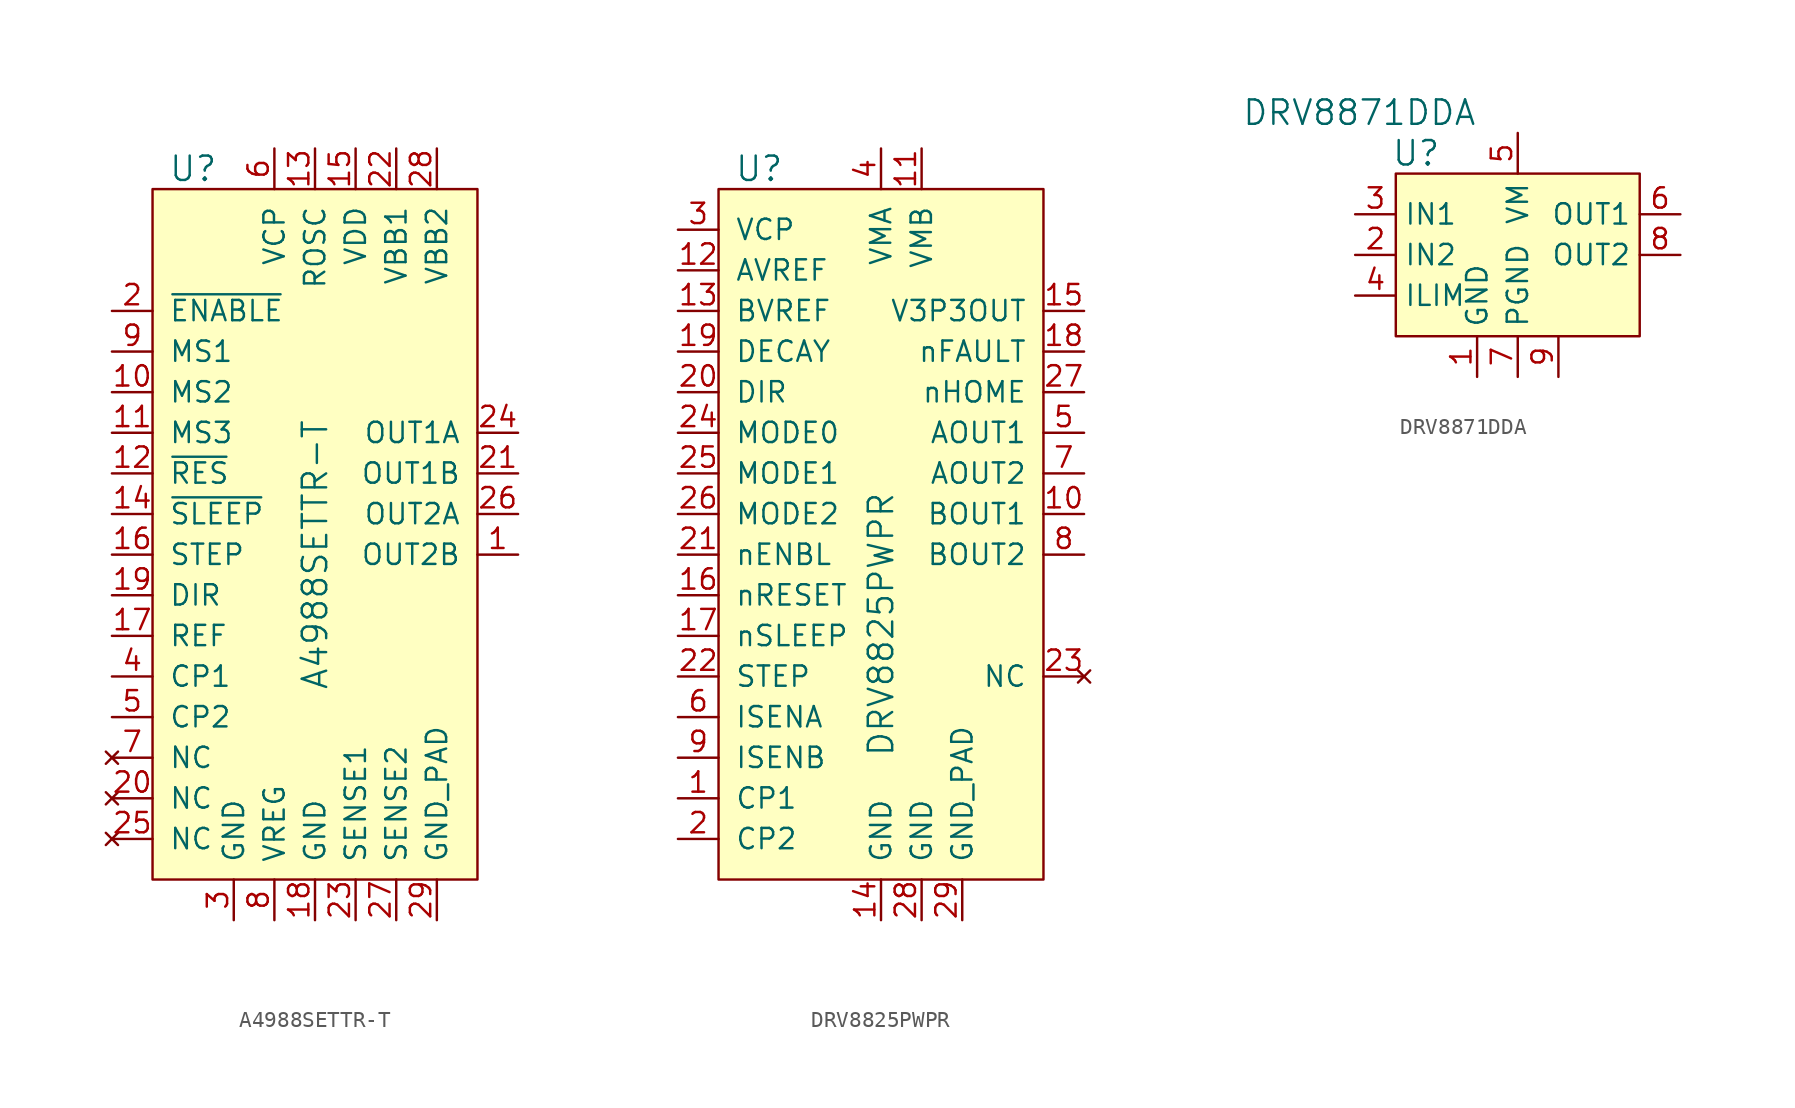
<source format=kicad_sym>
(kicad_symbol_lib
  (version 20211014)
  (generator kicad_symbol_editor)
  (symbol "A4988SETTR-T"
    (pin_names
      (offset 1.016))
    (property "Reference" "U"
      (at -7.62 21.59 0)
      (effects (font (size 1.524 1.524))))
    (property "Value" "A4988SETTR-T"
      (at 0 -2.54 90)
      (effects (font (size 1.524 1.524))))
    (symbol "A4988SETTR-T_0_1"
      (rectangle (start -10.16 20.32) (end 10.16 -22.86) (stroke (width 0) (type default) (color 0 0 0 0)) (fill (type background))))
    (symbol "A4988SETTR-T_1_1"
      (pin output line (at 12.7 -2.54 180) (length 2.54) (name "OUT2B" (effects (font (size 1.27 1.27)))) (number "1" (effects (font (size 1.27 1.27)))))
      (pin input line (at -12.7 7.62 0) (length 2.54) (name "MS2" (effects (font (size 1.27 1.27)))) (number "10" (effects (font (size 1.27 1.27)))))
      (pin input line (at -12.7 5.08 0) (length 2.54) (name "MS3" (effects (font (size 1.27 1.27)))) (number "11" (effects (font (size 1.27 1.27)))))
      (pin input line (at -12.7 2.54 0) (length 2.54) (name "~{RES}" (effects (font (size 1.27 1.27)))) (number "12" (effects (font (size 1.27 1.27)))))
      (pin power_in line (at 0 22.86 270) (length 2.54) (name "ROSC" (effects (font (size 1.27 1.27)))) (number "13" (effects (font (size 1.27 1.27)))))
      (pin input line (at -12.7 0 0) (length 2.54) (name "~{SLEEP}" (effects (font (size 1.27 1.27)))) (number "14" (effects (font (size 1.27 1.27)))))
      (pin power_in line (at 2.54 22.86 270) (length 2.54) (name "VDD" (effects (font (size 1.27 1.27)))) (number "15" (effects (font (size 1.27 1.27)))))
      (pin input line (at -12.7 -2.54 0) (length 2.54) (name "STEP" (effects (font (size 1.27 1.27)))) (number "16" (effects (font (size 1.27 1.27)))))
      (pin input line (at -12.7 -7.62 0) (length 2.54) (name "REF" (effects (font (size 1.27 1.27)))) (number "17" (effects (font (size 1.27 1.27)))))
      (pin power_in line (at 0 -25.4 90) (length 2.54) (name "GND" (effects (font (size 1.27 1.27)))) (number "18" (effects (font (size 1.27 1.27)))))
      (pin input line (at -12.7 -5.08 0) (length 2.54) (name "DIR" (effects (font (size 1.27 1.27)))) (number "19" (effects (font (size 1.27 1.27)))))
      (pin input line (at -12.7 12.7 0) (length 2.54) (name "~{ENABLE}" (effects (font (size 1.27 1.27)))) (number "2" (effects (font (size 1.27 1.27)))))
      (pin no_connect line (at -12.7 -17.78 0) (length 2.54) (name "NC" (effects (font (size 1.27 1.27)))) (number "20" (effects (font (size 1.27 1.27)))))
      (pin output line (at 12.7 2.54 180) (length 2.54) (name "OUT1B" (effects (font (size 1.27 1.27)))) (number "21" (effects (font (size 1.27 1.27)))))
      (pin power_in line (at 5.08 22.86 270) (length 2.54) (name "VBB1" (effects (font (size 1.27 1.27)))) (number "22" (effects (font (size 1.27 1.27)))))
      (pin power_in line (at 2.54 -25.4 90) (length 2.54) (name "SENSE1" (effects (font (size 1.27 1.27)))) (number "23" (effects (font (size 1.27 1.27)))))
      (pin output line (at 12.7 5.08 180) (length 2.54) (name "OUT1A" (effects (font (size 1.27 1.27)))) (number "24" (effects (font (size 1.27 1.27)))))
      (pin no_connect line (at -12.7 -20.32 0) (length 2.54) (name "NC" (effects (font (size 1.27 1.27)))) (number "25" (effects (font (size 1.27 1.27)))))
      (pin output line (at 12.7 0 180) (length 2.54) (name "OUT2A" (effects (font (size 1.27 1.27)))) (number "26" (effects (font (size 1.27 1.27)))))
      (pin power_in line (at 5.08 -25.4 90) (length 2.54) (name "SENSE2" (effects (font (size 1.27 1.27)))) (number "27" (effects (font (size 1.27 1.27)))))
      (pin power_in line (at 7.62 22.86 270) (length 2.54) (name "VBB2" (effects (font (size 1.27 1.27)))) (number "28" (effects (font (size 1.27 1.27)))))
      (pin power_in line (at 7.62 -25.4 90) (length 2.54) (name "GND_PAD" (effects (font (size 1.27 1.27)))) (number "29" (effects (font (size 1.27 1.27)))))
      (pin power_in line (at -5.08 -25.4 90) (length 2.54) (name "GND" (effects (font (size 1.27 1.27)))) (number "3" (effects (font (size 1.27 1.27)))))
      (pin passive line (at -12.7 -10.16 0) (length 2.54) (name "CP1" (effects (font (size 1.27 1.27)))) (number "4" (effects (font (size 1.27 1.27)))))
      (pin passive line (at -12.7 -12.7 0) (length 2.54) (name "CP2" (effects (font (size 1.27 1.27)))) (number "5" (effects (font (size 1.27 1.27)))))
      (pin power_in line (at -2.54 22.86 270) (length 2.54) (name "VCP" (effects (font (size 1.27 1.27)))) (number "6" (effects (font (size 1.27 1.27)))))
      (pin no_connect line (at -12.7 -15.24 0) (length 2.54) (name "NC" (effects (font (size 1.27 1.27)))) (number "7" (effects (font (size 1.27 1.27)))))
      (pin power_in line (at -2.54 -25.4 90) (length 2.54) (name "VREG" (effects (font (size 1.27 1.27)))) (number "8" (effects (font (size 1.27 1.27)))))
      (pin input line (at -12.7 10.16 0) (length 2.54) (name "MS1" (effects (font (size 1.27 1.27)))) (number "9" (effects (font (size 1.27 1.27)))))))
  (symbol "DRV8825PWPR"
    (pin_names
      (offset 1.016))
    (property "Reference" "U"
      (at -5.08 16.51 0)
      (effects (font (size 1.524 1.524))))
    (property "Value" "DRV8825PWPR"
      (at 2.54 -20.32 90)
      (effects (font (size 1.524 1.524)) (justify left)))
    (symbol "DRV8825PWPR_0_1"
      (rectangle (start -7.62 15.24) (end 12.7 -27.94) (stroke (width 0) (type default) (color 0 0 0 0)) (fill (type background))))
    (symbol "DRV8825PWPR_1_1"
      (pin passive line (at -10.16 -22.86 0) (length 2.54) (name "CP1" (effects (font (size 1.27 1.27)))) (number "1" (effects (font (size 1.27 1.27)))))
      (pin output line (at 15.24 -5.08 180) (length 2.54) (name "BOUT1" (effects (font (size 1.27 1.27)))) (number "10" (effects (font (size 1.27 1.27)))))
      (pin power_in line (at 5.08 17.78 270) (length 2.54) (name "VMB" (effects (font (size 1.27 1.27)))) (number "11" (effects (font (size 1.27 1.27)))))
      (pin input line (at -10.16 10.16 0) (length 2.54) (name "AVREF" (effects (font (size 1.27 1.27)))) (number "12" (effects (font (size 1.27 1.27)))))
      (pin input line (at -10.16 7.62 0) (length 2.54) (name "BVREF" (effects (font (size 1.27 1.27)))) (number "13" (effects (font (size 1.27 1.27)))))
      (pin power_in line (at 2.54 -30.48 90) (length 2.54) (name "GND" (effects (font (size 1.27 1.27)))) (number "14" (effects (font (size 1.27 1.27)))))
      (pin output line (at 15.24 7.62 180) (length 2.54) (name "V3P3OUT" (effects (font (size 1.27 1.27)))) (number "15" (effects (font (size 1.27 1.27)))))
      (pin input line (at -10.16 -10.16 0) (length 2.54) (name "nRESET" (effects (font (size 1.27 1.27)))) (number "16" (effects (font (size 1.27 1.27)))))
      (pin input line (at -10.16 -12.7 0) (length 2.54) (name "nSLEEP" (effects (font (size 1.27 1.27)))) (number "17" (effects (font (size 1.27 1.27)))))
      (pin output line (at 15.24 5.08 180) (length 2.54) (name "nFAULT" (effects (font (size 1.27 1.27)))) (number "18" (effects (font (size 1.27 1.27)))))
      (pin input line (at -10.16 5.08 0) (length 2.54) (name "DECAY" (effects (font (size 1.27 1.27)))) (number "19" (effects (font (size 1.27 1.27)))))
      (pin passive line (at -10.16 -25.4 0) (length 2.54) (name "CP2" (effects (font (size 1.27 1.27)))) (number "2" (effects (font (size 1.27 1.27)))))
      (pin input line (at -10.16 2.54 0) (length 2.54) (name "DIR" (effects (font (size 1.27 1.27)))) (number "20" (effects (font (size 1.27 1.27)))))
      (pin input line (at -10.16 -7.62 0) (length 2.54) (name "nENBL" (effects (font (size 1.27 1.27)))) (number "21" (effects (font (size 1.27 1.27)))))
      (pin input line (at -10.16 -15.24 0) (length 2.54) (name "STEP" (effects (font (size 1.27 1.27)))) (number "22" (effects (font (size 1.27 1.27)))))
      (pin no_connect line (at 15.24 -15.24 180) (length 2.54) (name "NC" (effects (font (size 1.27 1.27)))) (number "23" (effects (font (size 1.27 1.27)))))
      (pin input line (at -10.16 0 0) (length 2.54) (name "MODE0" (effects (font (size 1.27 1.27)))) (number "24" (effects (font (size 1.27 1.27)))))
      (pin input line (at -10.16 -2.54 0) (length 2.54) (name "MODE1" (effects (font (size 1.27 1.27)))) (number "25" (effects (font (size 1.27 1.27)))))
      (pin input line (at -10.16 -5.08 0) (length 2.54) (name "MODE2" (effects (font (size 1.27 1.27)))) (number "26" (effects (font (size 1.27 1.27)))))
      (pin output line (at 15.24 2.54 180) (length 2.54) (name "nHOME" (effects (font (size 1.27 1.27)))) (number "27" (effects (font (size 1.27 1.27)))))
      (pin power_in line (at 5.08 -30.48 90) (length 2.54) (name "GND" (effects (font (size 1.27 1.27)))) (number "28" (effects (font (size 1.27 1.27)))))
      (pin power_in line (at 7.62 -30.48 90) (length 2.54) (name "GND_PAD" (effects (font (size 1.27 1.27)))) (number "29" (effects (font (size 1.27 1.27)))))
      (pin bidirectional line (at -10.16 12.7 0) (length 2.54) (name "VCP" (effects (font (size 1.27 1.27)))) (number "3" (effects (font (size 1.27 1.27)))))
      (pin power_in line (at 2.54 17.78 270) (length 2.54) (name "VMA" (effects (font (size 1.27 1.27)))) (number "4" (effects (font (size 1.27 1.27)))))
      (pin output line (at 15.24 0 180) (length 2.54) (name "AOUT1" (effects (font (size 1.27 1.27)))) (number "5" (effects (font (size 1.27 1.27)))))
      (pin bidirectional line (at -10.16 -17.78 0) (length 2.54) (name "ISENA" (effects (font (size 1.27 1.27)))) (number "6" (effects (font (size 1.27 1.27)))))
      (pin output line (at 15.24 -2.54 180) (length 2.54) (name "AOUT2" (effects (font (size 1.27 1.27)))) (number "7" (effects (font (size 1.27 1.27)))))
      (pin output line (at 15.24 -7.62 180) (length 2.54) (name "BOUT2" (effects (font (size 1.27 1.27)))) (number "8" (effects (font (size 1.27 1.27)))))
      (pin bidirectional line (at -10.16 -20.32 0) (length 2.54) (name "ISENB" (effects (font (size 1.27 1.27)))) (number "9" (effects (font (size 1.27 1.27)))))))
  (symbol "DRV8871DDA"
    (property "Reference" "U"
      (at -6.35 3.81 0)
      (effects (font (size 1.524 1.524))))
    (property "Value" "DRV8871DDA"
      (at -2.54 6.35 0)
      (effects (font (size 1.524 1.524)) (justify right)))
    (symbol "DRV8871DDA_0_1"
      (rectangle (start -7.62 2.54) (end 7.62 -7.62) (stroke (width 0) (type default) (color 0 0 0 0)) (fill (type background))))
    (symbol "DRV8871DDA_1_1"
      (pin power_in line (at -2.54 -10.16 90) (length 2.54) (name "GND" (effects (font (size 1.27 1.27)))) (number "1" (effects (font (size 1.27 1.27)))))
      (pin input line (at -10.16 -2.54 0) (length 2.54) (name "IN2" (effects (font (size 1.27 1.27)))) (number "2" (effects (font (size 1.27 1.27)))))
      (pin input line (at -10.16 0 0) (length 2.54) (name "IN1" (effects (font (size 1.27 1.27)))) (number "3" (effects (font (size 1.27 1.27)))))
      (pin input line (at -10.16 -5.08 0) (length 2.54) (name "ILIM" (effects (font (size 1.27 1.27)))) (number "4" (effects (font (size 1.27 1.27)))))
      (pin power_in line (at 0 5.08 270) (length 2.54) (name "VM" (effects (font (size 1.27 1.27)))) (number "5" (effects (font (size 1.27 1.27)))))
      (pin output line (at 10.16 0 180) (length 2.54) (name "OUT1" (effects (font (size 1.27 1.27)))) (number "6" (effects (font (size 1.27 1.27)))))
      (pin power_in line (at 0 -10.16 90) (length 2.54) (name "PGND" (effects (font (size 1.27 1.27)))) (number "7" (effects (font (size 1.27 1.27)))))
      (pin output line (at 10.16 -2.54 180) (length 2.54) (name "OUT2" (effects (font (size 1.27 1.27)))) (number "8" (effects (font (size 1.27 1.27)))))
      (pin unspecified line (at 2.54 -10.16 90) (length 2.54) (name "~" (effects (font (size 1.27 1.27)))) (number "9" (effects (font (size 1.27 1.27))))))))
</source>
